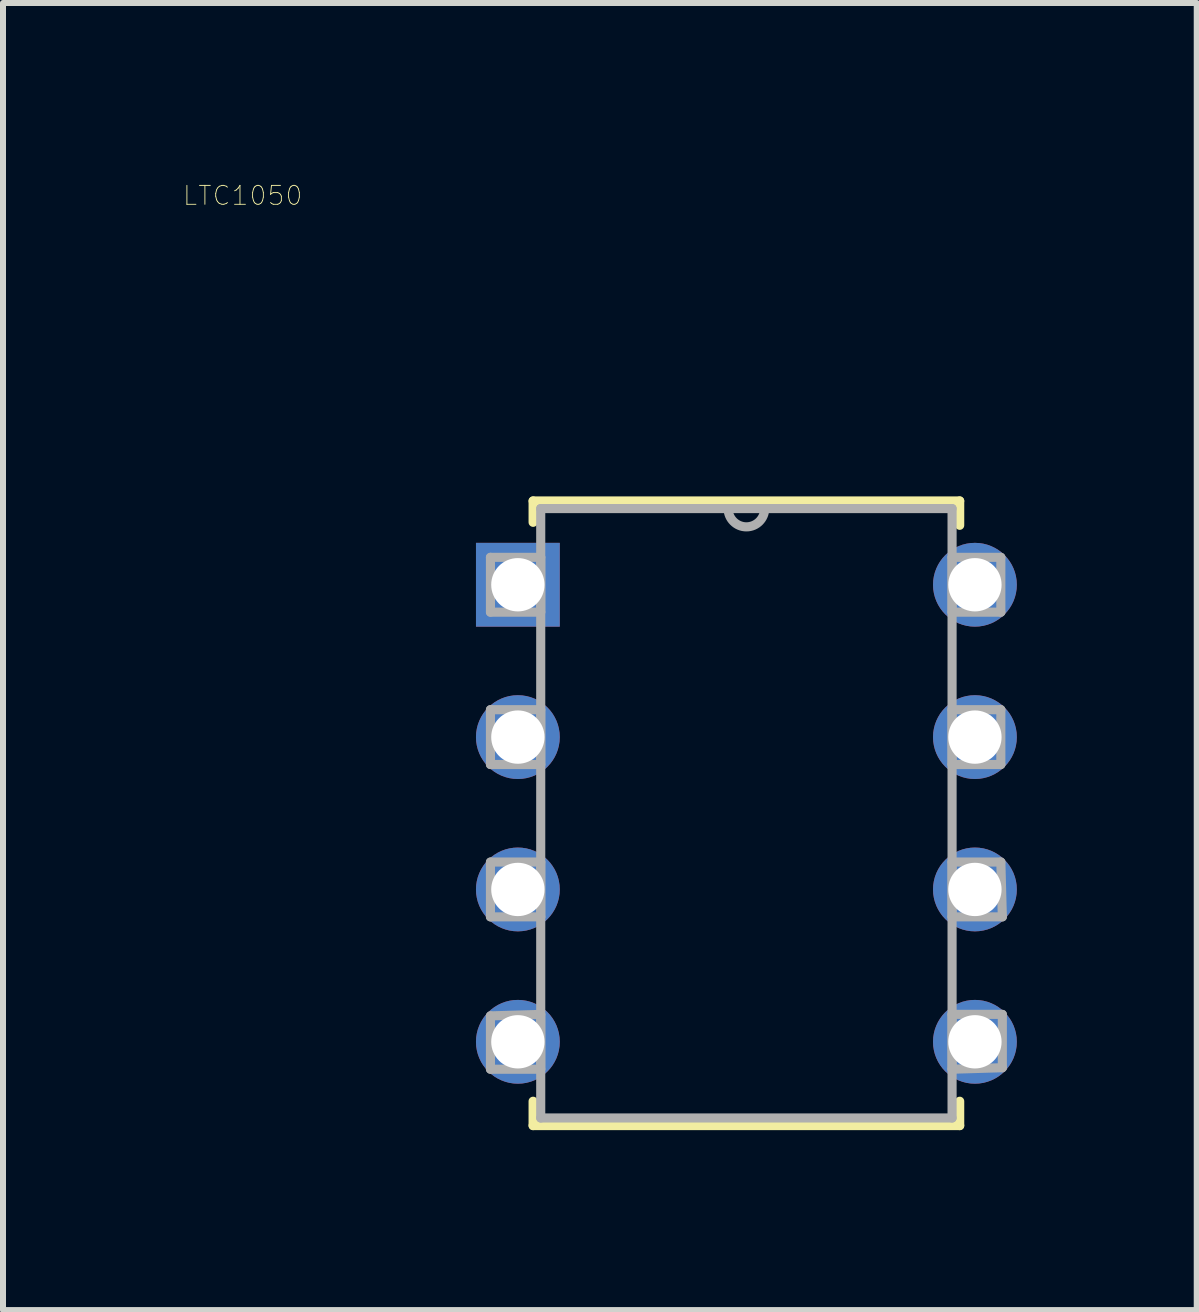
<source format=kicad_pcb>
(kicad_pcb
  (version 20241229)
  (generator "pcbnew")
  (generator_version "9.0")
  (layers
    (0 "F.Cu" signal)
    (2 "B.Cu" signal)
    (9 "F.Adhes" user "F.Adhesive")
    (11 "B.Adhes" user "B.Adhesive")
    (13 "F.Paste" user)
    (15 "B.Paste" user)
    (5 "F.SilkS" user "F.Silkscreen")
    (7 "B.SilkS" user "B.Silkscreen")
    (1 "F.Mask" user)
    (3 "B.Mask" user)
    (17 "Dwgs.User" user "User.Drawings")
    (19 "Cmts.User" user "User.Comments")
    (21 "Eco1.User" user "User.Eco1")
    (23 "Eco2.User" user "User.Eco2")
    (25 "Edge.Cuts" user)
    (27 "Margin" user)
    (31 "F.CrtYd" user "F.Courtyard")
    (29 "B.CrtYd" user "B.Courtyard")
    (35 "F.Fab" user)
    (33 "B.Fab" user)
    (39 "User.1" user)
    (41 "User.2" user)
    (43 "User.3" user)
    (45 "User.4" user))
  (footprint "LTC1050"
    (layer "F.Cu")
    (at 13.204 14.319)
    (property "Reference" "LTC1050" (at -12.208 -14.108 0) (layer "F.SilkS") (effects (font (size 0.315 0.315) (thickness 0.015))))
    (attr through_hole)
    (fp_line (start -7.366 -9.017) (end -7.366 -8.661) (stroke (width 0.152) (type solid)) (layer "F.SilkS"))
    (fp_line (start -7.366 0.991) (end -7.366 1.397) (stroke (width 0.152) (type solid)) (layer "F.SilkS"))
    (fp_line (start -7.366 1.397) (end -0.254 1.397) (stroke (width 0.152) (type solid)) (layer "F.SilkS"))
    (fp_line (start -0.254 -9.017) (end -7.366 -9.017) (stroke (width 0.152) (type solid)) (layer "F.SilkS"))
    (fp_line (start -0.254 -8.611) (end -0.254 -9.017) (stroke (width 0.152) (type solid)) (layer "F.SilkS"))
    (fp_line (start -0.254 1.397) (end -0.254 0.991) (stroke (width 0.152) (type solid)) (layer "F.SilkS"))
    (fp_line (start -8.077 -8.077) (end -8.077 -7.163) (stroke (width 0.152) (type solid)) (layer "F.Fab"))
    (fp_line (start -8.077 -7.163) (end -7.239 -7.163) (stroke (width 0.152) (type solid)) (layer "F.Fab"))
    (fp_line (start -8.077 -5.537) (end -8.077 -4.623) (stroke (width 0.152) (type solid)) (layer "F.Fab"))
    (fp_line (start -8.077 -4.623) (end -7.239 -4.623) (stroke (width 0.152) (type solid)) (layer "F.Fab"))
    (fp_line (start -8.077 -2.997) (end -8.077 -2.083) (stroke (width 0.152) (type solid)) (layer "F.Fab"))
    (fp_line (start -8.077 -2.083) (end -7.239 -2.083) (stroke (width 0.152) (type solid)) (layer "F.Fab"))
    (fp_line (start -8.077 -0.432) (end -8.077 0.457) (stroke (width 0.152) (type solid)) (layer "F.Fab"))
    (fp_line (start -8.077 0.457) (end -7.239 0.457) (stroke (width 0.152) (type solid)) (layer "F.Fab"))
    (fp_line (start -7.239 -8.89) (end -7.239 1.27) (stroke (width 0.152) (type solid)) (layer "F.Fab"))
    (fp_line (start -7.239 -8.077) (end -8.077 -8.077) (stroke (width 0.152) (type solid)) (layer "F.Fab"))
    (fp_line (start -7.239 -7.163) (end -7.239 -8.077) (stroke (width 0.152) (type solid)) (layer "F.Fab"))
    (fp_line (start -7.239 -5.537) (end -8.077 -5.537) (stroke (width 0.152) (type solid)) (layer "F.Fab"))
    (fp_line (start -7.239 -4.623) (end -7.239 -5.537) (stroke (width 0.152) (type solid)) (layer "F.Fab"))
    (fp_line (start -7.239 -2.997) (end -8.077 -2.997) (stroke (width 0.152) (type solid)) (layer "F.Fab"))
    (fp_line (start -7.239 -2.083) (end -7.239 -2.997) (stroke (width 0.152) (type solid)) (layer "F.Fab"))
    (fp_line (start -7.239 -0.457) (end -8.077 -0.432) (stroke (width 0.152) (type solid)) (layer "F.Fab"))
    (fp_line (start -7.239 0.457) (end -7.239 -0.457) (stroke (width 0.152) (type solid)) (layer "F.Fab"))
    (fp_line (start -7.239 1.27) (end -0.381 1.27) (stroke (width 0.152) (type solid)) (layer "F.Fab"))
    (fp_line (start -4.115 -8.89) (end -7.239 -8.89) (stroke (width 0.152) (type solid)) (layer "F.Fab"))
    (fp_line (start -3.505 -8.89) (end -4.115 -8.89) (stroke (width 0.152) (type solid)) (layer "F.Fab"))
    (fp_line (start -0.381 -8.89) (end -3.505 -8.89) (stroke (width 0.152) (type solid)) (layer "F.Fab"))
    (fp_line (start -0.381 -8.077) (end -0.381 -7.163) (stroke (width 0.152) (type solid)) (layer "F.Fab"))
    (fp_line (start -0.381 -7.163) (end 0.432 -7.163) (stroke (width 0.152) (type solid)) (layer "F.Fab"))
    (fp_line (start -0.381 -5.537) (end -0.381 -4.623) (stroke (width 0.152) (type solid)) (layer "F.Fab"))
    (fp_line (start -0.381 -4.623) (end 0.432 -4.623) (stroke (width 0.152) (type solid)) (layer "F.Fab"))
    (fp_line (start -0.381 -2.997) (end -0.381 -2.083) (stroke (width 0.152) (type solid)) (layer "F.Fab"))
    (fp_line (start -0.381 -2.083) (end 0.457 -2.083) (stroke (width 0.152) (type solid)) (layer "F.Fab"))
    (fp_line (start -0.381 -0.457) (end -0.381 0.457) (stroke (width 0.152) (type solid)) (layer "F.Fab"))
    (fp_line (start -0.381 0.457) (end 0.457 0.432) (stroke (width 0.152) (type solid)) (layer "F.Fab"))
    (fp_line (start -0.381 1.27) (end -0.381 -8.89) (stroke (width 0.152) (type solid)) (layer "F.Fab"))
    (fp_line (start 0.432 -8.077) (end -0.381 -8.077) (stroke (width 0.152) (type solid)) (layer "F.Fab"))
    (fp_line (start 0.432 -7.163) (end 0.432 -8.077) (stroke (width 0.152) (type solid)) (layer "F.Fab"))
    (fp_line (start 0.432 -5.537) (end -0.381 -5.537) (stroke (width 0.152) (type solid)) (layer "F.Fab"))
    (fp_line (start 0.432 -4.623) (end 0.432 -5.537) (stroke (width 0.152) (type solid)) (layer "F.Fab"))
    (fp_line (start 0.432 -2.997) (end -0.381 -2.997) (stroke (width 0.152) (type solid)) (layer "F.Fab"))
    (fp_line (start 0.457 -2.083) (end 0.432 -2.997) (stroke (width 0.152) (type solid)) (layer "F.Fab"))
    (fp_line (start 0.457 -0.457) (end -0.381 -0.457) (stroke (width 0.152) (type solid)) (layer "F.Fab"))
    (fp_line (start 0.457 0.432) (end 0.457 -0.457) (stroke (width 0.152) (type solid)) (layer "F.Fab"))
    (fp_arc (start -3.5052 -8.89) (mid -3.81 -8.5852) (end -4.1148 -8.89) (stroke (width 0.1524) (type solid)) (layer "F.Fab"))
    (pad "1" thru_hole rect (at -7.62 -7.62) (size 1.397 1.397) (drill 0.889) (layers "*.Cu" "*.Mask"))
    (pad "2" thru_hole circle (at -7.62 -5.08) (size 1.397 1.397) (drill 0.889) (layers "*.Cu" "*.Mask"))
    (pad "3" thru_hole circle (at -7.62 -2.54) (size 1.397 1.397) (drill 0.889) (layers "*.Cu" "*.Mask"))
    (pad "4" thru_hole circle (at -7.62 0) (size 1.397 1.397) (drill 0.889) (layers "*.Cu" "*.Mask"))
    (pad "5" thru_hole circle (at 0 0) (size 1.397 1.397) (drill 0.889) (layers "*.Cu" "*.Mask"))
    (pad "6" thru_hole circle (at 0 -2.54) (size 1.397 1.397) (drill 0.889) (layers "*.Cu" "*.Mask"))
    (pad "7" thru_hole circle (at 0 -5.08) (size 1.397 1.397) (drill 0.889) (layers "*.Cu" "*.Mask"))
    (pad "8" thru_hole circle (at 0 -7.62) (size 1.397 1.397) (drill 0.889) (layers "*.Cu" "*.Mask")))
  (gr_rect
    (start -3 -3)
    (end 16.902 18.792)
    (stroke (width 0.1) (type default))
    (fill no)
    (layer "Edge.Cuts")))
</source>
